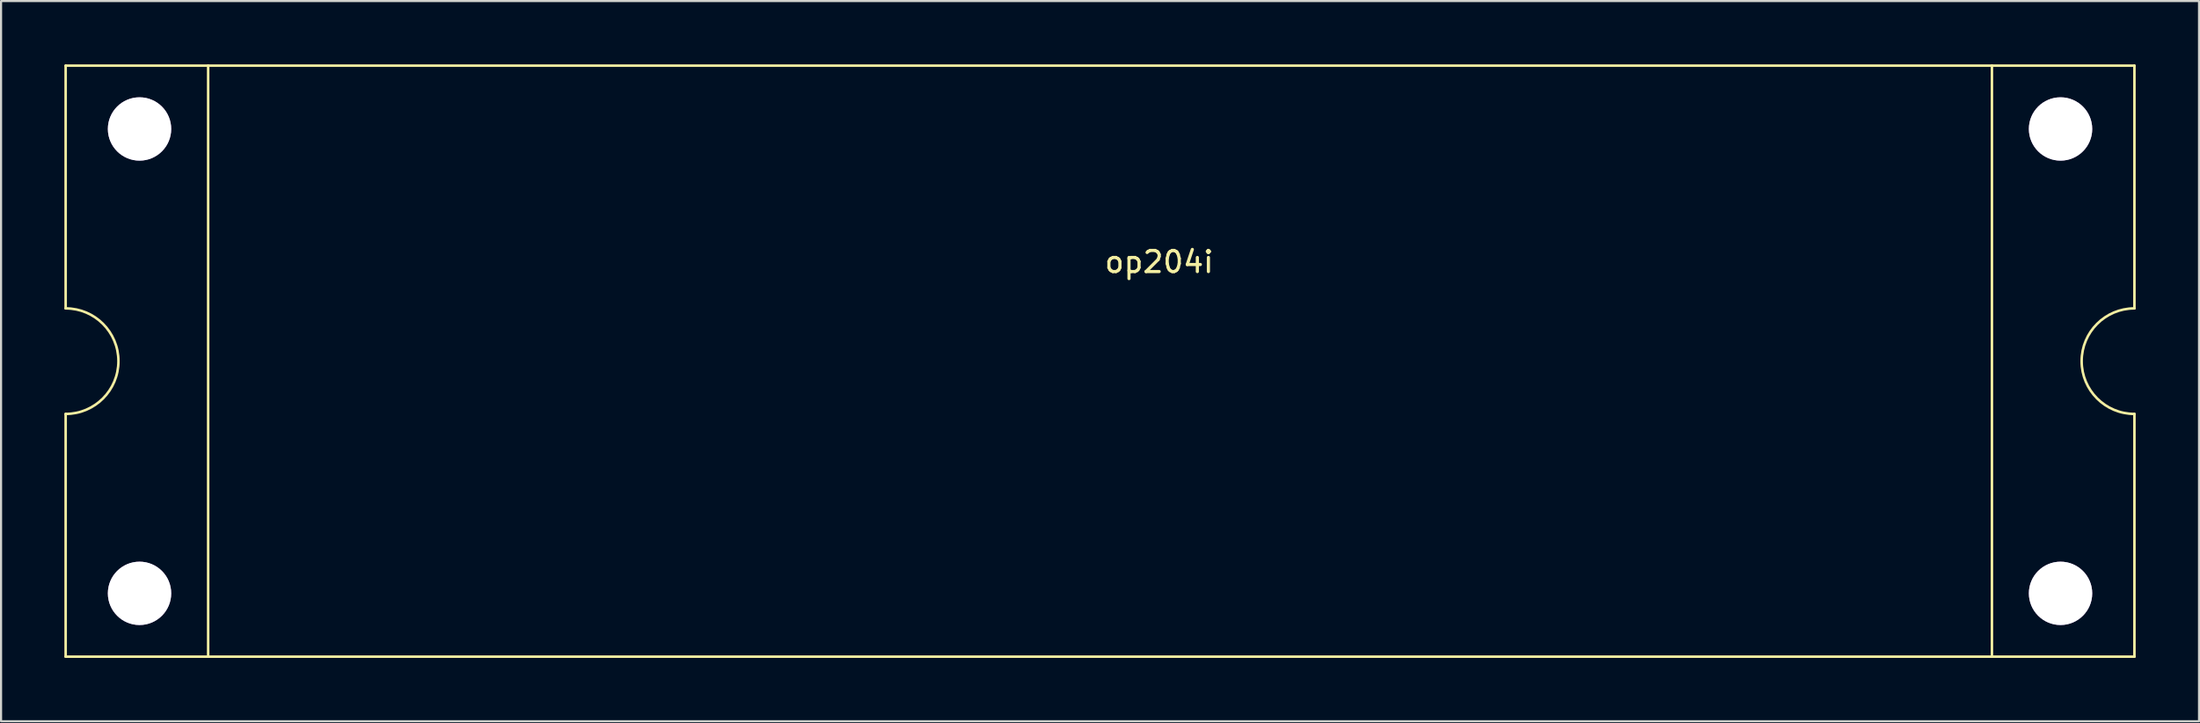
<source format=kicad_pcb>
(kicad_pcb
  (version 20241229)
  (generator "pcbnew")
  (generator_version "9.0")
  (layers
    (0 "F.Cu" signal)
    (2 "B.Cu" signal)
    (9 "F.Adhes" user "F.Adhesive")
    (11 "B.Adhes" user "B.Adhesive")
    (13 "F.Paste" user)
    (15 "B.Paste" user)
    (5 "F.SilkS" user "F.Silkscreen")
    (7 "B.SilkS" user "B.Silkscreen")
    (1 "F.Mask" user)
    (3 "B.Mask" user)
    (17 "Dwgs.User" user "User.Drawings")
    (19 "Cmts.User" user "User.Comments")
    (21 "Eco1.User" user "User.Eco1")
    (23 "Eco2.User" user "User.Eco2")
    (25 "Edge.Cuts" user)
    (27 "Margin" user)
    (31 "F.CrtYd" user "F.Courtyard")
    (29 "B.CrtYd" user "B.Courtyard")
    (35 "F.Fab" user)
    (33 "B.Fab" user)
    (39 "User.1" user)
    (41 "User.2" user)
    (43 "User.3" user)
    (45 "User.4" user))
  (footprint "op204i"
    (layer "F.Cu")
    (at 49.06 14.06)
    (property "Reference" "op204i" (at 2.8 -4.7 0) (layer "F.SilkS") (effects (font (size 1 1) (thickness 0.15))))
    (attr through_hole)
    (fp_line (start -49 -14) (end 49 -14) (stroke (width 0.12) (type solid)) (layer "F.SilkS"))
    (fp_line (start -49 -2.5) (end -49 -14) (stroke (width 0.12) (type solid)) (layer "F.SilkS"))
    (fp_line (start -49 14) (end -49 2.5) (stroke (width 0.12) (type solid)) (layer "F.SilkS"))
    (fp_line (start -42.25 -14) (end -42.25 14) (stroke (width 0.12) (type solid)) (layer "F.SilkS"))
    (fp_line (start 42.25 -14) (end 42.25 14) (stroke (width 0.12) (type solid)) (layer "F.SilkS"))
    (fp_line (start 49 -14) (end 49 -2.5) (stroke (width 0.12) (type solid)) (layer "F.SilkS"))
    (fp_line (start 49 2.5) (end 49 14) (stroke (width 0.12) (type solid)) (layer "F.SilkS"))
    (fp_line (start 49 14) (end -49 14) (stroke (width 0.12) (type solid)) (layer "F.SilkS"))
    (fp_arc (start -49 -2.5) (mid -46.5 0) (end -49 2.5) (stroke (width 0.12) (type solid)) (layer "F.SilkS"))
    (fp_arc (start 49 2.5) (mid 46.5 0) (end 49 -2.5) (stroke (width 0.12) (type solid)) (layer "F.SilkS"))
    (pad "" thru_hole oval (at -45.5 -11) (size 3 3) (drill 3) (layers "*.Cu" "*.Mask"))
    (pad "" thru_hole oval (at -45.5 11) (size 3 3) (drill 3) (layers "*.Cu" "*.Mask"))
    (pad "" thru_hole oval (at 45.5 -11) (size 3 3) (drill 3) (layers "*.Cu" "*.Mask"))
    (pad "" thru_hole oval (at 45.5 11) (size 3 3) (drill 3) (layers "*.Cu" "*.Mask")))
  (gr_rect
    (start -3 -3)
    (end 101.12 31.12)
    (stroke (width 0.1) (type default))
    (fill no)
    (layer "Edge.Cuts")))
</source>
